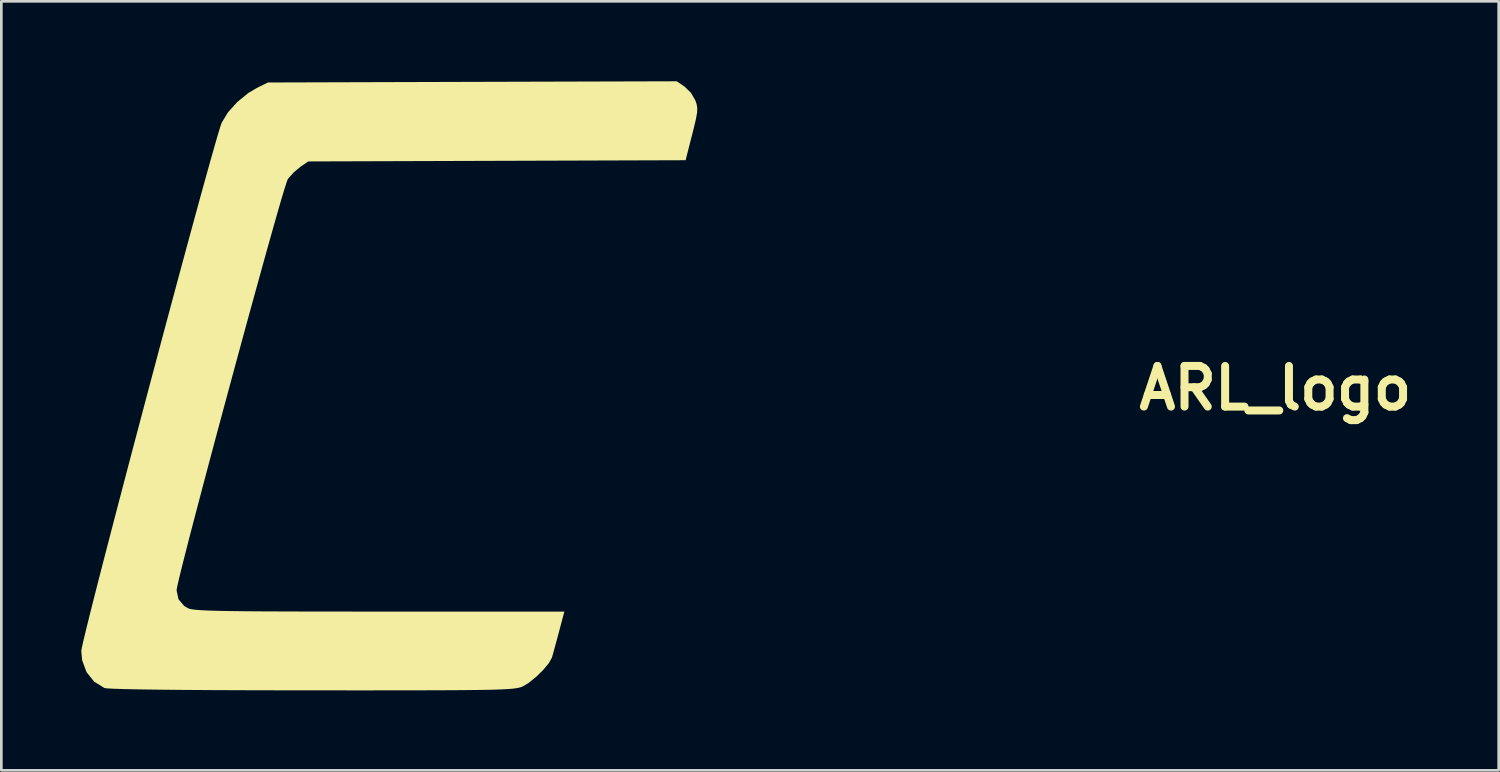
<source format=kicad_pcb>
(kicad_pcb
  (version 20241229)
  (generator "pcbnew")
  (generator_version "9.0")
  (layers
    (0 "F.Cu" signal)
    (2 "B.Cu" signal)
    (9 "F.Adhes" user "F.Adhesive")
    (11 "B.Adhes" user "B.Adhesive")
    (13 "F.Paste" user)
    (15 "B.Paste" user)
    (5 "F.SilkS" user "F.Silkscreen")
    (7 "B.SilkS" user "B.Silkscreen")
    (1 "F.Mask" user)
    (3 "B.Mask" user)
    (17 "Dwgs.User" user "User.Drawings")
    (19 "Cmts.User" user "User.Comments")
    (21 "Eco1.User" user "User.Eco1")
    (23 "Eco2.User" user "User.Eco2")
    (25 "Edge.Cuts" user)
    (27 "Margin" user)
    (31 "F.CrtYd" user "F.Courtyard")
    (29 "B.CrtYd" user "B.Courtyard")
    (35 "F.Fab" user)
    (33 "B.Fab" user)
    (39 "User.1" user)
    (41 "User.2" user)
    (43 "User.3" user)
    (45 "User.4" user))
  (footprint "ARL_logo"
    (layer "F.Cu")
    (at 44.809 11.517)
    (property "Reference" "ARL_logo" (at 0 0 0) (layer "F.SilkS") (effects (font (size 1.524 1.524) (thickness 0.3))))
    (attr board_only exclude_from_pos_files exclude_from_bom)
    (fp_poly (pts (xy -22.179 -11.324) (xy -21.932 -11.085) (xy -21.767 -10.802) (xy -21.716 -10.65) (xy -21.694 -10.505) (xy -21.703 -10.329) (xy -21.748 -10.084) (xy -21.832 -9.732) (xy -21.887 -9.514) (xy -22.132 -8.555) (xy -29.212 -8.532) (xy -36.292 -8.509) (xy -36.59 -8.305) (xy -36.83 -8.105) (xy -37.036 -7.876) (xy -37.062 -7.839) (xy -37.106 -7.724) (xy -37.19 -7.459) (xy -37.31 -7.059) (xy -37.461 -6.537) (xy -37.639 -5.908) (xy -37.842 -5.187) (xy -38.064 -4.386) (xy -38.303 -3.521) (xy -38.555 -2.606) (xy -38.815 -1.654) (xy -39.079 -0.68) (xy -39.345 0.302) (xy -39.608 1.278) (xy -39.864 2.234) (xy -40.109 3.155) (xy -40.34 4.027) (xy -40.553 4.837) (xy -40.744 5.569) (xy -40.908 6.21) (xy -41.044 6.747) (xy -41.145 7.163) (xy -41.21 7.446) (xy -41.233 7.581) (xy -41.233 7.583) (xy -41.162 7.919) (xy -40.947 8.171) (xy -40.811 8.254) (xy -40.749 8.277) (xy -40.652 8.298) (xy -40.508 8.315) (xy -40.308 8.33) (xy -40.04 8.343) (xy -39.694 8.354) (xy -39.258 8.362) (xy -38.722 8.369) (xy -38.076 8.374) (xy -37.307 8.377) (xy -36.407 8.38) (xy -35.362 8.381) (xy -34.164 8.382) (xy -33.623 8.382) (xy -26.682 8.382) (xy -26.89 9.165) (xy -26.986 9.524) (xy -27.071 9.834) (xy -27.131 10.05) (xy -27.148 10.109) (xy -27.263 10.316) (xy -27.476 10.571) (xy -27.742 10.833) (xy -28.019 11.056) (xy -28.236 11.187) (xy -28.302 11.214) (xy -28.381 11.237) (xy -28.484 11.257) (xy -28.623 11.275) (xy -28.808 11.29) (xy -29.049 11.302) (xy -29.358 11.313) (xy -29.745 11.321) (xy -30.221 11.327) (xy -30.798 11.332) (xy -31.484 11.335) (xy -32.293 11.337) (xy -33.233 11.338) (xy -34.317 11.339) (xy -35.554 11.338) (xy -36.153 11.338) (xy -37.572 11.336) (xy -38.862 11.333) (xy -40.016 11.328) (xy -41.031 11.321) (xy -41.902 11.312) (xy -42.625 11.302) (xy -43.196 11.29) (xy -43.609 11.277) (xy -43.861 11.262) (xy -43.942 11.25) (xy -44.329 11.009) (xy -44.613 10.652) (xy -44.777 10.207) (xy -44.809 9.866) (xy -44.787 9.734) (xy -44.724 9.451) (xy -44.622 9.031) (xy -44.487 8.484) (xy -44.32 7.824) (xy -44.126 7.064) (xy -43.907 6.215) (xy -43.667 5.291) (xy -43.409 4.303) (xy -43.137 3.266) (xy -42.854 2.19) (xy -42.562 1.089) (xy -42.267 -0.025) (xy -41.97 -1.14) (xy -41.676 -2.242) (xy -41.387 -3.319) (xy -41.107 -4.359) (xy -40.839 -5.35) (xy -40.586 -6.278) (xy -40.353 -7.131) (xy -40.142 -7.896) (xy -39.956 -8.561) (xy -39.799 -9.114) (xy -39.675 -9.542) (xy -39.586 -9.832) (xy -39.539 -9.965) (xy -39.304 -10.352) (xy -38.956 -10.738) (xy -38.545 -11.075) (xy -38.225 -11.265) (xy -37.804 -11.472) (xy -30.135 -11.495) (xy -22.466 -11.517)) (stroke (width 0) (type solid)) (fill yes) (layer "F.SilkS")))
  (gr_rect
    (start -3 -3)
    (end 53.187 25.856)
    (stroke (width 0.1) (type default))
    (fill no)
    (layer "Edge.Cuts")))
</source>
